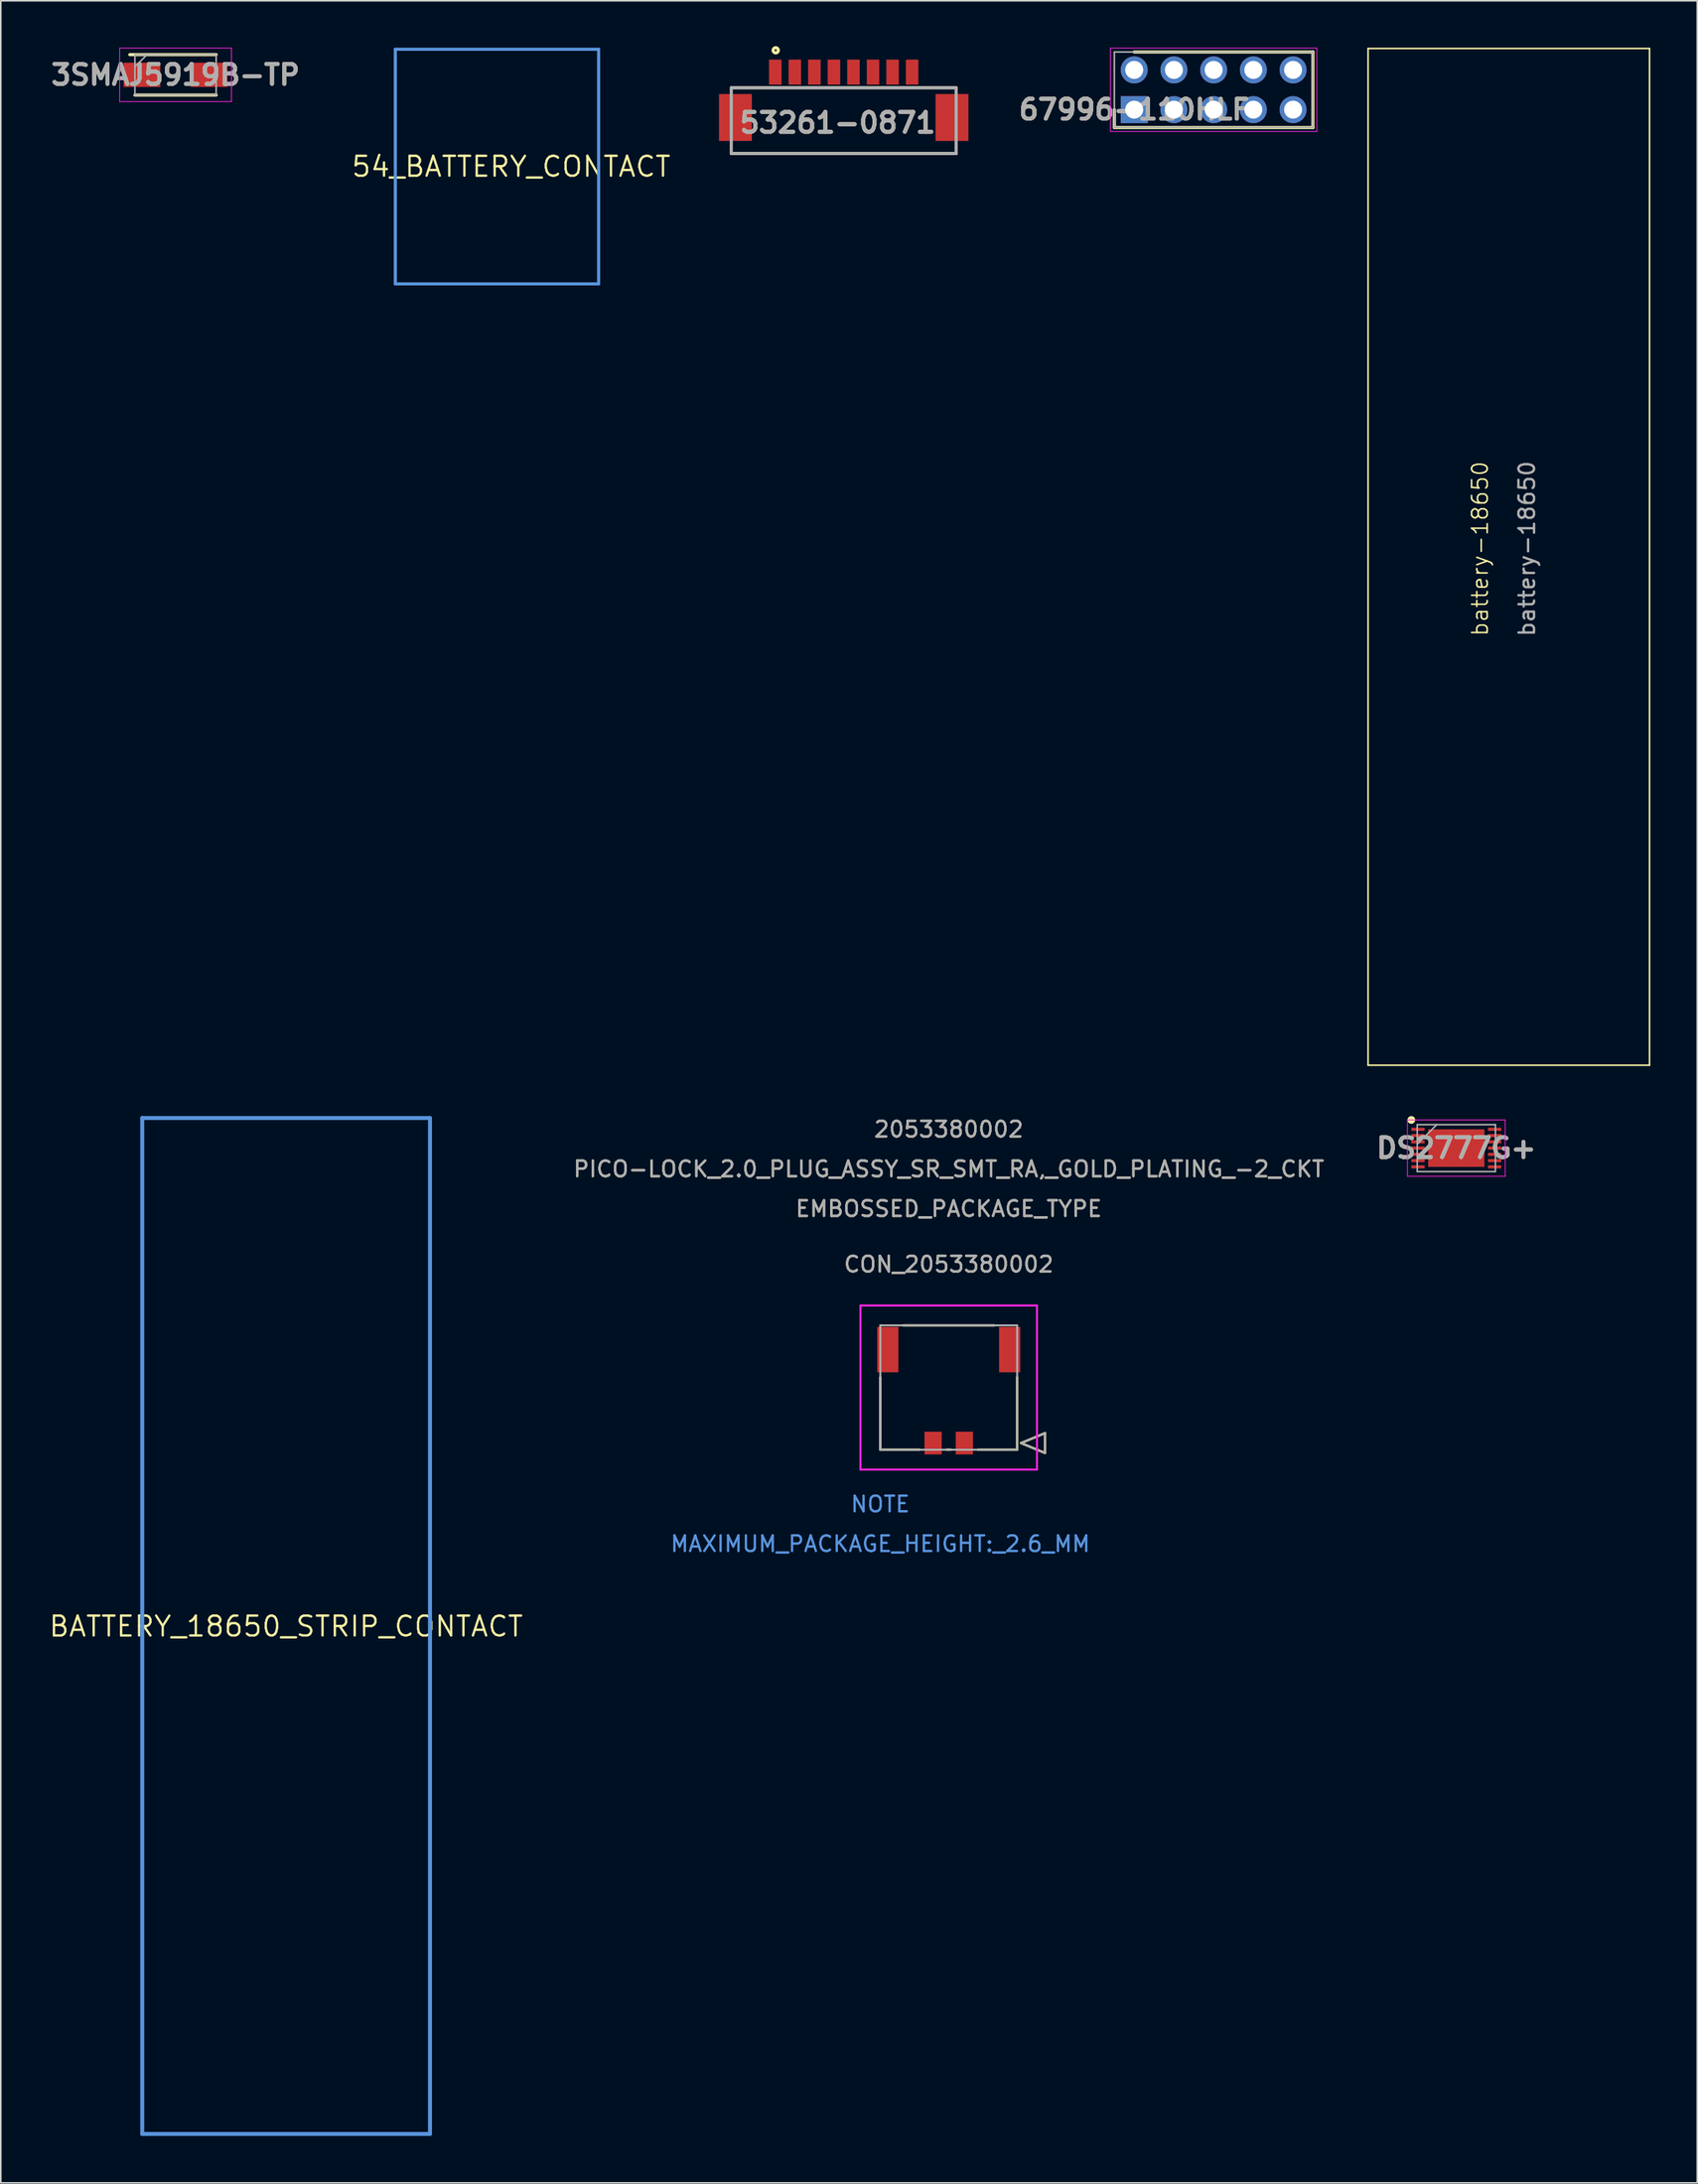
<source format=kicad_pcb>
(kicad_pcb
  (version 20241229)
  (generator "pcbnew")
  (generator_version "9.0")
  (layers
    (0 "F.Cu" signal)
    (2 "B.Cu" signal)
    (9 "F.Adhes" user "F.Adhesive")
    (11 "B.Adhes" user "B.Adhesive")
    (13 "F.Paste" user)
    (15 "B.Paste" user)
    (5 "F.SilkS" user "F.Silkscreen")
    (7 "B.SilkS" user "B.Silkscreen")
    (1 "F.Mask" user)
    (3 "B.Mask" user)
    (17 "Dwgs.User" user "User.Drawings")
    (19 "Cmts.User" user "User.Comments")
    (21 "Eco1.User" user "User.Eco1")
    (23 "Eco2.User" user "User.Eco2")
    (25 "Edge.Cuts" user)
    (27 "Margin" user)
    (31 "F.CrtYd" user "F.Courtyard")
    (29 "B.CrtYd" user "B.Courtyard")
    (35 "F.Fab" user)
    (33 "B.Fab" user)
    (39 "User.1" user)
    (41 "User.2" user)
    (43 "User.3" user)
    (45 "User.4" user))
  (footprint "BATTERY_18650_STRIP_CONTACT"
    (layer "F.Cu")
    (at 15.247 100.927)
    (property "Reference" "BATTERY_18650_STRIP_CONTACT" (at 0 0 0) (layer "F.SilkS") (effects (font (size 1.27 1.27) (thickness 0.15))))
    (attr through_hole)
    (fp_line (start -9.2 -32.5) (end 9.2 -32.5) (stroke (width 0.254) (type solid)) (layer "Cmts.User"))
    (fp_line (start -9.2 32.45) (end -9.2 -32.5) (stroke (width 0.254) (type solid)) (layer "Cmts.User"))
    (fp_line (start -9.2 32.45) (end 9.2 32.45) (stroke (width 0.254) (type solid)) (layer "Cmts.User"))
    (fp_line (start 9.2 32.45) (end 9.2 -32.5) (stroke (width 0.254) (type solid)) (layer "Cmts.User")))
  (footprint "3SMAJ5919B-TP"
    (layer "F.Cu")
    (at 8.176 1.735)
    (property "Reference" "3SMAJ5919B-TP" (at 0 0 0) (layer "F.SilkS") (effects (font (size 1.27 1.27) (thickness 0.254))))
    (attr smd)
    (fp_line (start -2.598 1.292) (end 2.598 1.292) (stroke (width 0.2) (type solid)) (layer "F.SilkS"))
    (fp_line (start 2.598 -1.292) (end -2.925 -1.292) (stroke (width 0.2) (type solid)) (layer "F.SilkS"))
    (fp_line (start -3.575 -1.71) (end 3.575 -1.71) (stroke (width 0.05) (type solid)) (layer "F.CrtYd"))
    (fp_line (start -3.575 1.71) (end -3.575 -1.71) (stroke (width 0.05) (type solid)) (layer "F.CrtYd"))
    (fp_line (start 3.575 -1.71) (end 3.575 1.71) (stroke (width 0.05) (type solid)) (layer "F.CrtYd"))
    (fp_line (start 3.575 1.71) (end -3.575 1.71) (stroke (width 0.05) (type solid)) (layer "F.CrtYd"))
    (fp_line (start -2.598 -1.292) (end 2.598 -1.292) (stroke (width 0.1) (type solid)) (layer "F.Fab"))
    (fp_line (start -2.598 -0.518) (end -1.822 -1.292) (stroke (width 0.1) (type solid)) (layer "F.Fab"))
    (fp_line (start -2.598 1.292) (end -2.598 -1.292) (stroke (width 0.1) (type solid)) (layer "F.Fab"))
    (fp_line (start 2.598 -1.292) (end 2.598 1.292) (stroke (width 0.1) (type solid)) (layer "F.Fab"))
    (fp_line (start 2.598 1.292) (end -2.598 1.292) (stroke (width 0.1) (type solid)) (layer "F.Fab"))
    (fp_text user "${REFERENCE}" (at 0 0 0) (layer "F.Fab") (effects (font (size 1.27 1.27) (thickness 0.254))))
    (pad "1" smd rect (at -2.15 0 90) (size 1.55 2.35) (layers "F.Cu" "F.Mask" "F.Paste"))
    (pad "2" smd rect (at 2.15 0 90) (size 1.55 2.35) (layers "F.Cu" "F.Mask" "F.Paste")))
  (footprint "CON_2053380002"
    (layer "F.Cu")
    (at 58.62 89.208)
    (property "Reference" "CON_2053380002" (at -1 -11.43 0) (unlocked yes) (layer "F.SilkS") (effects (font (size 1 1) (thickness 0.15))))
    (attr smd)
    (fp_line (start -5.375 -4.205) (end -5.375 0.425) (stroke (width 0.152) (type solid)) (layer "F.SilkS"))
    (fp_line (start -5.375 0.425) (end -2.87 0.425) (stroke (width 0.152) (type solid)) (layer "F.SilkS"))
    (fp_line (start -1.13 0.425) (end -0.87 0.425) (stroke (width 0.152) (type solid)) (layer "F.SilkS"))
    (fp_line (start 0.87 0.425) (end 3.375 0.425) (stroke (width 0.152) (type solid)) (layer "F.SilkS"))
    (fp_line (start 1.916 -7.525) (end -3.916 -7.525) (stroke (width 0.152) (type solid)) (layer "F.SilkS"))
    (fp_line (start 3.375 0.425) (end 3.375 -4.205) (stroke (width 0.152) (type solid)) (layer "F.SilkS"))
    (fp_line (start 3.629 0) (end 5.153 -0.635) (stroke (width 0.152) (type solid)) (layer "F.SilkS"))
    (fp_line (start 5.153 -0.635) (end 5.153 0.635) (stroke (width 0.152) (type solid)) (layer "F.SilkS"))
    (fp_line (start 5.153 0.635) (end 3.629 0) (stroke (width 0.152) (type solid)) (layer "F.SilkS"))
    (fp_line (start -6.645 -8.795) (end -6.645 1.695) (stroke (width 0.127) (type solid)) (layer "F.CrtYd"))
    (fp_line (start -6.645 1.695) (end 4.645 1.695) (stroke (width 0.127) (type solid)) (layer "F.CrtYd"))
    (fp_line (start 4.645 -8.795) (end -6.645 -8.795) (stroke (width 0.127) (type solid)) (layer "F.CrtYd"))
    (fp_line (start 4.645 1.695) (end 4.645 -8.795) (stroke (width 0.127) (type solid)) (layer "F.CrtYd"))
    (fp_line (start -5.375 -7.525) (end -5.375 0.425) (stroke (width 0.127) (type solid)) (layer "F.Fab"))
    (fp_line (start -5.375 0.425) (end 3.375 0.425) (stroke (width 0.127) (type solid)) (layer "F.Fab"))
    (fp_line (start 3.375 -7.525) (end -5.375 -7.525) (stroke (width 0.127) (type solid)) (layer "F.Fab"))
    (fp_line (start 3.375 0.425) (end 3.375 -7.525) (stroke (width 0.127) (type solid)) (layer "F.Fab"))
    (fp_line (start 3.629 0) (end 5.153 -0.635) (stroke (width 0.127) (type solid)) (layer "F.Fab"))
    (fp_line (start 5.153 -0.635) (end 5.153 0.635) (stroke (width 0.127) (type solid)) (layer "F.Fab"))
    (fp_line (start 5.153 0.635) (end 3.629 0) (stroke (width 0.127) (type solid)) (layer "F.Fab"))
    (fp_text user "EMBOSSED_PACKAGE_TYPE" (at -1 -14.98 0) (unlocked yes) (layer "F.SilkS") (effects (font (size 1 1) (thickness 0.15))))
    (fp_text user "PICO-LOCK_2.0_PLUG_ASSY_SR_SMT_RA,_GOLD_PLATING_-2_CKT" (at -1 -17.52 0) (unlocked yes) (layer "F.SilkS") (effects (font (size 1 1) (thickness 0.15))))
    (fp_text user "2053380002" (at -1 -20.06 0) (unlocked yes) (layer "F.SilkS") (effects (font (size 1 1) (thickness 0.15))))
    (fp_text user "MAXIMUM_PACKAGE_HEIGHT:_2.6_MM" (at -5.375 6.445 0) (unlocked yes) (layer "Cmts.User") (effects (font (size 1 1) (thickness 0.15))))
    (fp_text user "NOTE" (at -5.375 3.905 0) (unlocked yes) (layer "Cmts.User") (effects (font (size 1 1) (thickness 0.15))))
    (fp_text user "2053380002" (at -1 -20.06 0) (unlocked yes) (layer "F.Fab") (effects (font (size 1 1) (thickness 0.15))))
    (fp_text user "EMBOSSED_PACKAGE_TYPE" (at -1 -14.98 0) (unlocked yes) (layer "F.Fab") (effects (font (size 1 1) (thickness 0.15))))
    (fp_text user "PICO-LOCK_2.0_PLUG_ASSY_SR_SMT_RA,_GOLD_PLATING_-2_CKT" (at -1 -17.52 0) (unlocked yes) (layer "F.Fab") (effects (font (size 1 1) (thickness 0.15))))
    (fp_text user "${REFERENCE}" (at -1 -11.43 0) (unlocked yes) (layer "F.Fab") (effects (font (size 1 1) (thickness 0.15))))
    (pad "1" smd rect (at 0 0) (size 1.1 1.45) (layers "F.Cu" "F.Mask" "F.Paste"))
    (pad "2" smd rect (at -2 0) (size 1.1 1.45) (layers "F.Cu" "F.Mask" "F.Paste"))
    (pad "3" smd rect (at 2.895 -5.975) (size 1.35 2.9) (layers "F.Cu" "F.Mask" "F.Paste"))
    (pad "4" smd rect (at -4.895 -5.975) (size 1.35 2.9) (layers "F.Cu" "F.Mask" "F.Paste")))
  (footprint "DS2777G+"
    (layer "F.Cu")
    (at 90.079 70.35)
    (property "Reference" "DS2777G+" (at 0 0 0) (layer "F.SilkS") (effects (font (size 1.27 1.27) (thickness 0.254))))
    (attr smd)
    (fp_circle (center -2.875 -1.8) (end -2.875 -1.675) (stroke (width 0.25) (type solid)) (fill no) (layer "F.SilkS"))
    (fp_line (start -3.125 -1.8) (end 3.125 -1.8) (stroke (width 0.05) (type solid)) (layer "F.CrtYd"))
    (fp_line (start -3.125 1.8) (end -3.125 -1.8) (stroke (width 0.05) (type solid)) (layer "F.CrtYd"))
    (fp_line (start 3.125 -1.8) (end 3.125 1.8) (stroke (width 0.05) (type solid)) (layer "F.CrtYd"))
    (fp_line (start 3.125 1.8) (end -3.125 1.8) (stroke (width 0.05) (type solid)) (layer "F.CrtYd"))
    (fp_line (start -2.5 -1.5) (end 2.5 -1.5) (stroke (width 0.1) (type solid)) (layer "F.Fab"))
    (fp_line (start -2.5 -0.25) (end -1.25 -1.5) (stroke (width 0.1) (type solid)) (layer "F.Fab"))
    (fp_line (start -2.5 1.5) (end -2.5 -1.5) (stroke (width 0.1) (type solid)) (layer "F.Fab"))
    (fp_line (start 2.5 -1.5) (end 2.5 1.5) (stroke (width 0.1) (type solid)) (layer "F.Fab"))
    (fp_line (start 2.5 1.5) (end -2.5 1.5) (stroke (width 0.1) (type solid)) (layer "F.Fab"))
    (fp_text user "${REFERENCE}" (at 0 0 0) (layer "F.Fab") (effects (font (size 1.27 1.27) (thickness 0.254))))
    (pad "1" smd rect (at -2.45 -1.2 90) (size 0.2 0.85) (layers "F.Cu" "F.Mask" "F.Paste"))
    (pad "2" smd rect (at -2.45 -0.8 90) (size 0.2 0.85) (layers "F.Cu" "F.Mask" "F.Paste"))
    (pad "3" smd rect (at -2.45 -0.4 90) (size 0.2 0.85) (layers "F.Cu" "F.Mask" "F.Paste"))
    (pad "4" smd rect (at -2.45 0 90) (size 0.2 0.85) (layers "F.Cu" "F.Mask" "F.Paste"))
    (pad "5" smd rect (at -2.45 0.4 90) (size 0.2 0.85) (layers "F.Cu" "F.Mask" "F.Paste"))
    (pad "6" smd rect (at -2.45 0.8 90) (size 0.2 0.85) (layers "F.Cu" "F.Mask" "F.Paste"))
    (pad "7" smd rect (at -2.45 1.2 90) (size 0.2 0.85) (layers "F.Cu" "F.Mask" "F.Paste"))
    (pad "8" smd rect (at 2.45 1.2 90) (size 0.2 0.85) (layers "F.Cu" "F.Mask" "F.Paste"))
    (pad "9" smd rect (at 2.45 0.8 90) (size 0.2 0.85) (layers "F.Cu" "F.Mask" "F.Paste"))
    (pad "10" smd rect (at 2.45 0.4 90) (size 0.2 0.85) (layers "F.Cu" "F.Mask" "F.Paste"))
    (pad "11" smd rect (at 2.45 0 90) (size 0.2 0.85) (layers "F.Cu" "F.Mask" "F.Paste"))
    (pad "12" smd rect (at 2.45 -0.4 90) (size 0.2 0.85) (layers "F.Cu" "F.Mask" "F.Paste"))
    (pad "13" smd rect (at 2.45 -0.8 90) (size 0.2 0.85) (layers "F.Cu" "F.Mask" "F.Paste"))
    (pad "14" smd rect (at 2.45 -1.2 90) (size 0.2 0.85) (layers "F.Cu" "F.Mask" "F.Paste"))
    (pad "15" smd rect (at 0 0 90) (size 2.4 3.6) (layers "F.Cu" "F.Mask" "F.Paste")))
  (footprint "54_BATTERY_CONTACT"
    (layer "F.Cu")
    (at 29.641 7.6)
    (property "Reference" "54_BATTERY_CONTACT" (at 0 0 0) (layer "F.SilkS") (effects (font (size 1.27 1.27) (thickness 0.15))))
    (attr through_hole)
    (fp_line (start -7.41 -7.5) (end 5.59 -7.5) (stroke (width 0.2) (type solid)) (layer "Cmts.User"))
    (fp_line (start -7.41 7.5) (end -7.41 -7.5) (stroke (width 0.2) (type solid)) (layer "Cmts.User"))
    (fp_line (start -7.41 7.5) (end 5.59 7.5) (stroke (width 0.2) (type solid)) (layer "Cmts.User"))
    (fp_line (start 5.59 7.5) (end 5.59 -7.5) (stroke (width 0.2) (type solid)) (layer "Cmts.User")))
  (footprint "53261-0871"
    (layer "F.Cu")
    (at 50.904 2.565)
    (property "Reference" "53261-0871" (at -0.389 2.236 0) (layer "F.SilkS") (effects (font (size 1.27 1.27) (thickness 0.254))))
    (attr smd)
    (fp_line (start -7.19 0) (end 7.19 0) (stroke (width 0.2) (type solid)) (layer "F.SilkS"))
    (fp_line (start 7.19 4.2) (end -7.19 4.2) (stroke (width 0.2) (type solid)) (layer "F.SilkS"))
    (fp_circle (center -4.349 -2.399) (end -4.349 -2.333) (stroke (width 0.2) (type solid)) (fill no) (layer "F.SilkS"))
    (fp_line (start -7.19 0) (end 7.19 0) (stroke (width 0.2) (type solid)) (layer "F.Fab"))
    (fp_line (start -7.19 4.2) (end -7.19 0) (stroke (width 0.2) (type solid)) (layer "F.Fab"))
    (fp_line (start 7.19 0) (end 7.19 4.2) (stroke (width 0.2) (type solid)) (layer "F.Fab"))
    (fp_line (start 7.19 4.2) (end -7.19 4.2) (stroke (width 0.2) (type solid)) (layer "F.Fab"))
    (fp_text user "${REFERENCE}" (at -0.389 2.236 0) (layer "F.Fab") (effects (font (size 1.27 1.27) (thickness 0.254))))
    (pad "1" smd rect (at -4.375 -1.004) (size 0.8 1.6) (layers "F.Cu" "F.Mask" "F.Paste"))
    (pad "2" smd rect (at -3.125 -1.004) (size 0.8 1.6) (layers "F.Cu" "F.Mask" "F.Paste"))
    (pad "3" smd rect (at -1.875 -1.004) (size 0.8 1.6) (layers "F.Cu" "F.Mask" "F.Paste"))
    (pad "4" smd rect (at -0.625 -1.004) (size 0.8 1.6) (layers "F.Cu" "F.Mask" "F.Paste"))
    (pad "5" smd rect (at 0.625 -1.004) (size 0.8 1.6) (layers "F.Cu" "F.Mask" "F.Paste"))
    (pad "6" smd rect (at 1.875 -1.004) (size 0.8 1.6) (layers "F.Cu" "F.Mask" "F.Paste"))
    (pad "7" smd rect (at 3.125 -1.004) (size 0.8 1.6) (layers "F.Cu" "F.Mask" "F.Paste"))
    (pad "8" smd rect (at 4.375 -1.004) (size 0.8 1.6) (layers "F.Cu" "F.Mask" "F.Paste"))
    (pad "9" smd rect (at 6.925 1.896) (size 2.1 3) (layers "F.Cu" "F.Mask" "F.Paste"))
    (pad "10" smd rect (at -6.925 1.896) (size 2.1 3) (layers "F.Cu" "F.Mask" "F.Paste")))
  (footprint "battery-18650"
    (layer "F.Cu")
    (at 84.436 65.05)
    (property "Reference" "battery-18650" (at 7.16 -33.02 90) (unlocked yes) (layer "F.SilkS") (effects (font (size 1 1) (thickness 0.1))))
    (fp_line (start 0 -65) (end 18 -65) (stroke (width 0.1) (type default)) (layer "F.SilkS"))
    (fp_line (start 0 0) (end 0 -65) (stroke (width 0.1) (type default)) (layer "F.SilkS"))
    (fp_line (start 0 0) (end 18 0) (stroke (width 0.1) (type default)) (layer "F.SilkS"))
    (fp_line (start 18 0) (end 18 -65) (stroke (width 0.1) (type default)) (layer "F.SilkS"))
    (fp_text user "${REFERENCE}" (at 10.16 -33.02 90) (unlocked yes) (layer "F.Fab") (effects (font (size 1 1) (thickness 0.15)))))
  (footprint "67996-110HLF"
    (layer "F.Cu")
    (at 69.481 3.96)
    (property "Reference" "67996-110HLF" (at 0 0 0) (layer "F.SilkS") (effects (font (size 1.27 1.27) (thickness 0.254))))
    (attr through_hole)
    (fp_line (start -1.27 0) (end -1.27 1.145) (stroke (width 0.2) (type solid)) (layer "F.SilkS"))
    (fp_line (start -1.27 1.145) (end 11.43 1.145) (stroke (width 0.2) (type solid)) (layer "F.SilkS"))
    (fp_line (start 11.43 -3.685) (end 0 -3.685) (stroke (width 0.2) (type solid)) (layer "F.SilkS"))
    (fp_line (start 11.43 1.145) (end 11.43 -3.685) (stroke (width 0.2) (type solid)) (layer "F.SilkS"))
    (fp_line (start -1.52 -3.935) (end 11.68 -3.935) (stroke (width 0.05) (type solid)) (layer "F.CrtYd"))
    (fp_line (start -1.52 1.395) (end -1.52 -3.935) (stroke (width 0.05) (type solid)) (layer "F.CrtYd"))
    (fp_line (start 11.68 -3.935) (end 11.68 1.395) (stroke (width 0.05) (type solid)) (layer "F.CrtYd"))
    (fp_line (start 11.68 1.395) (end -1.52 1.395) (stroke (width 0.05) (type solid)) (layer "F.CrtYd"))
    (fp_line (start -1.27 -3.685) (end 11.43 -3.685) (stroke (width 0.1) (type solid)) (layer "F.Fab"))
    (fp_line (start -1.27 1.145) (end -1.27 -3.685) (stroke (width 0.1) (type solid)) (layer "F.Fab"))
    (fp_line (start 11.43 -3.685) (end 11.43 1.145) (stroke (width 0.1) (type solid)) (layer "F.Fab"))
    (fp_line (start 11.43 1.145) (end -1.27 1.145) (stroke (width 0.1) (type solid)) (layer "F.Fab"))
    (fp_text user "${REFERENCE}" (at 0 0 0) (layer "F.Fab") (effects (font (size 1.27 1.27) (thickness 0.254))))
    (pad "1" thru_hole rect (at 0 0) (size 1.725 1.725) (drill 1.15) (layers "*.Cu" "*.Mask"))
    (pad "2" thru_hole circle (at 0 -2.54) (size 1.725 1.725) (drill 1.15) (layers "*.Cu" "*.Mask"))
    (pad "3" thru_hole circle (at 2.54 0) (size 1.725 1.725) (drill 1.15) (layers "*.Cu" "*.Mask"))
    (pad "4" thru_hole circle (at 2.54 -2.54) (size 1.725 1.725) (drill 1.15) (layers "*.Cu" "*.Mask"))
    (pad "5" thru_hole circle (at 5.08 0) (size 1.725 1.725) (drill 1.15) (layers "*.Cu" "*.Mask"))
    (pad "6" thru_hole circle (at 5.08 -2.54) (size 1.725 1.725) (drill 1.15) (layers "*.Cu" "*.Mask"))
    (pad "7" thru_hole circle (at 7.62 0) (size 1.725 1.725) (drill 1.15) (layers "*.Cu" "*.Mask"))
    (pad "8" thru_hole circle (at 7.62 -2.54) (size 1.725 1.725) (drill 1.15) (layers "*.Cu" "*.Mask"))
    (pad "9" thru_hole circle (at 10.16 0) (size 1.725 1.725) (drill 1.15) (layers "*.Cu" "*.Mask"))
    (pad "10" thru_hole circle (at 10.16 -2.54) (size 1.725 1.725) (drill 1.15) (layers "*.Cu" "*.Mask")))
  (gr_rect
    (start -3 -3)
    (end 105.486 136.504)
    (stroke (width 0.1) (type default))
    (fill no)
    (layer "Edge.Cuts")))
</source>
